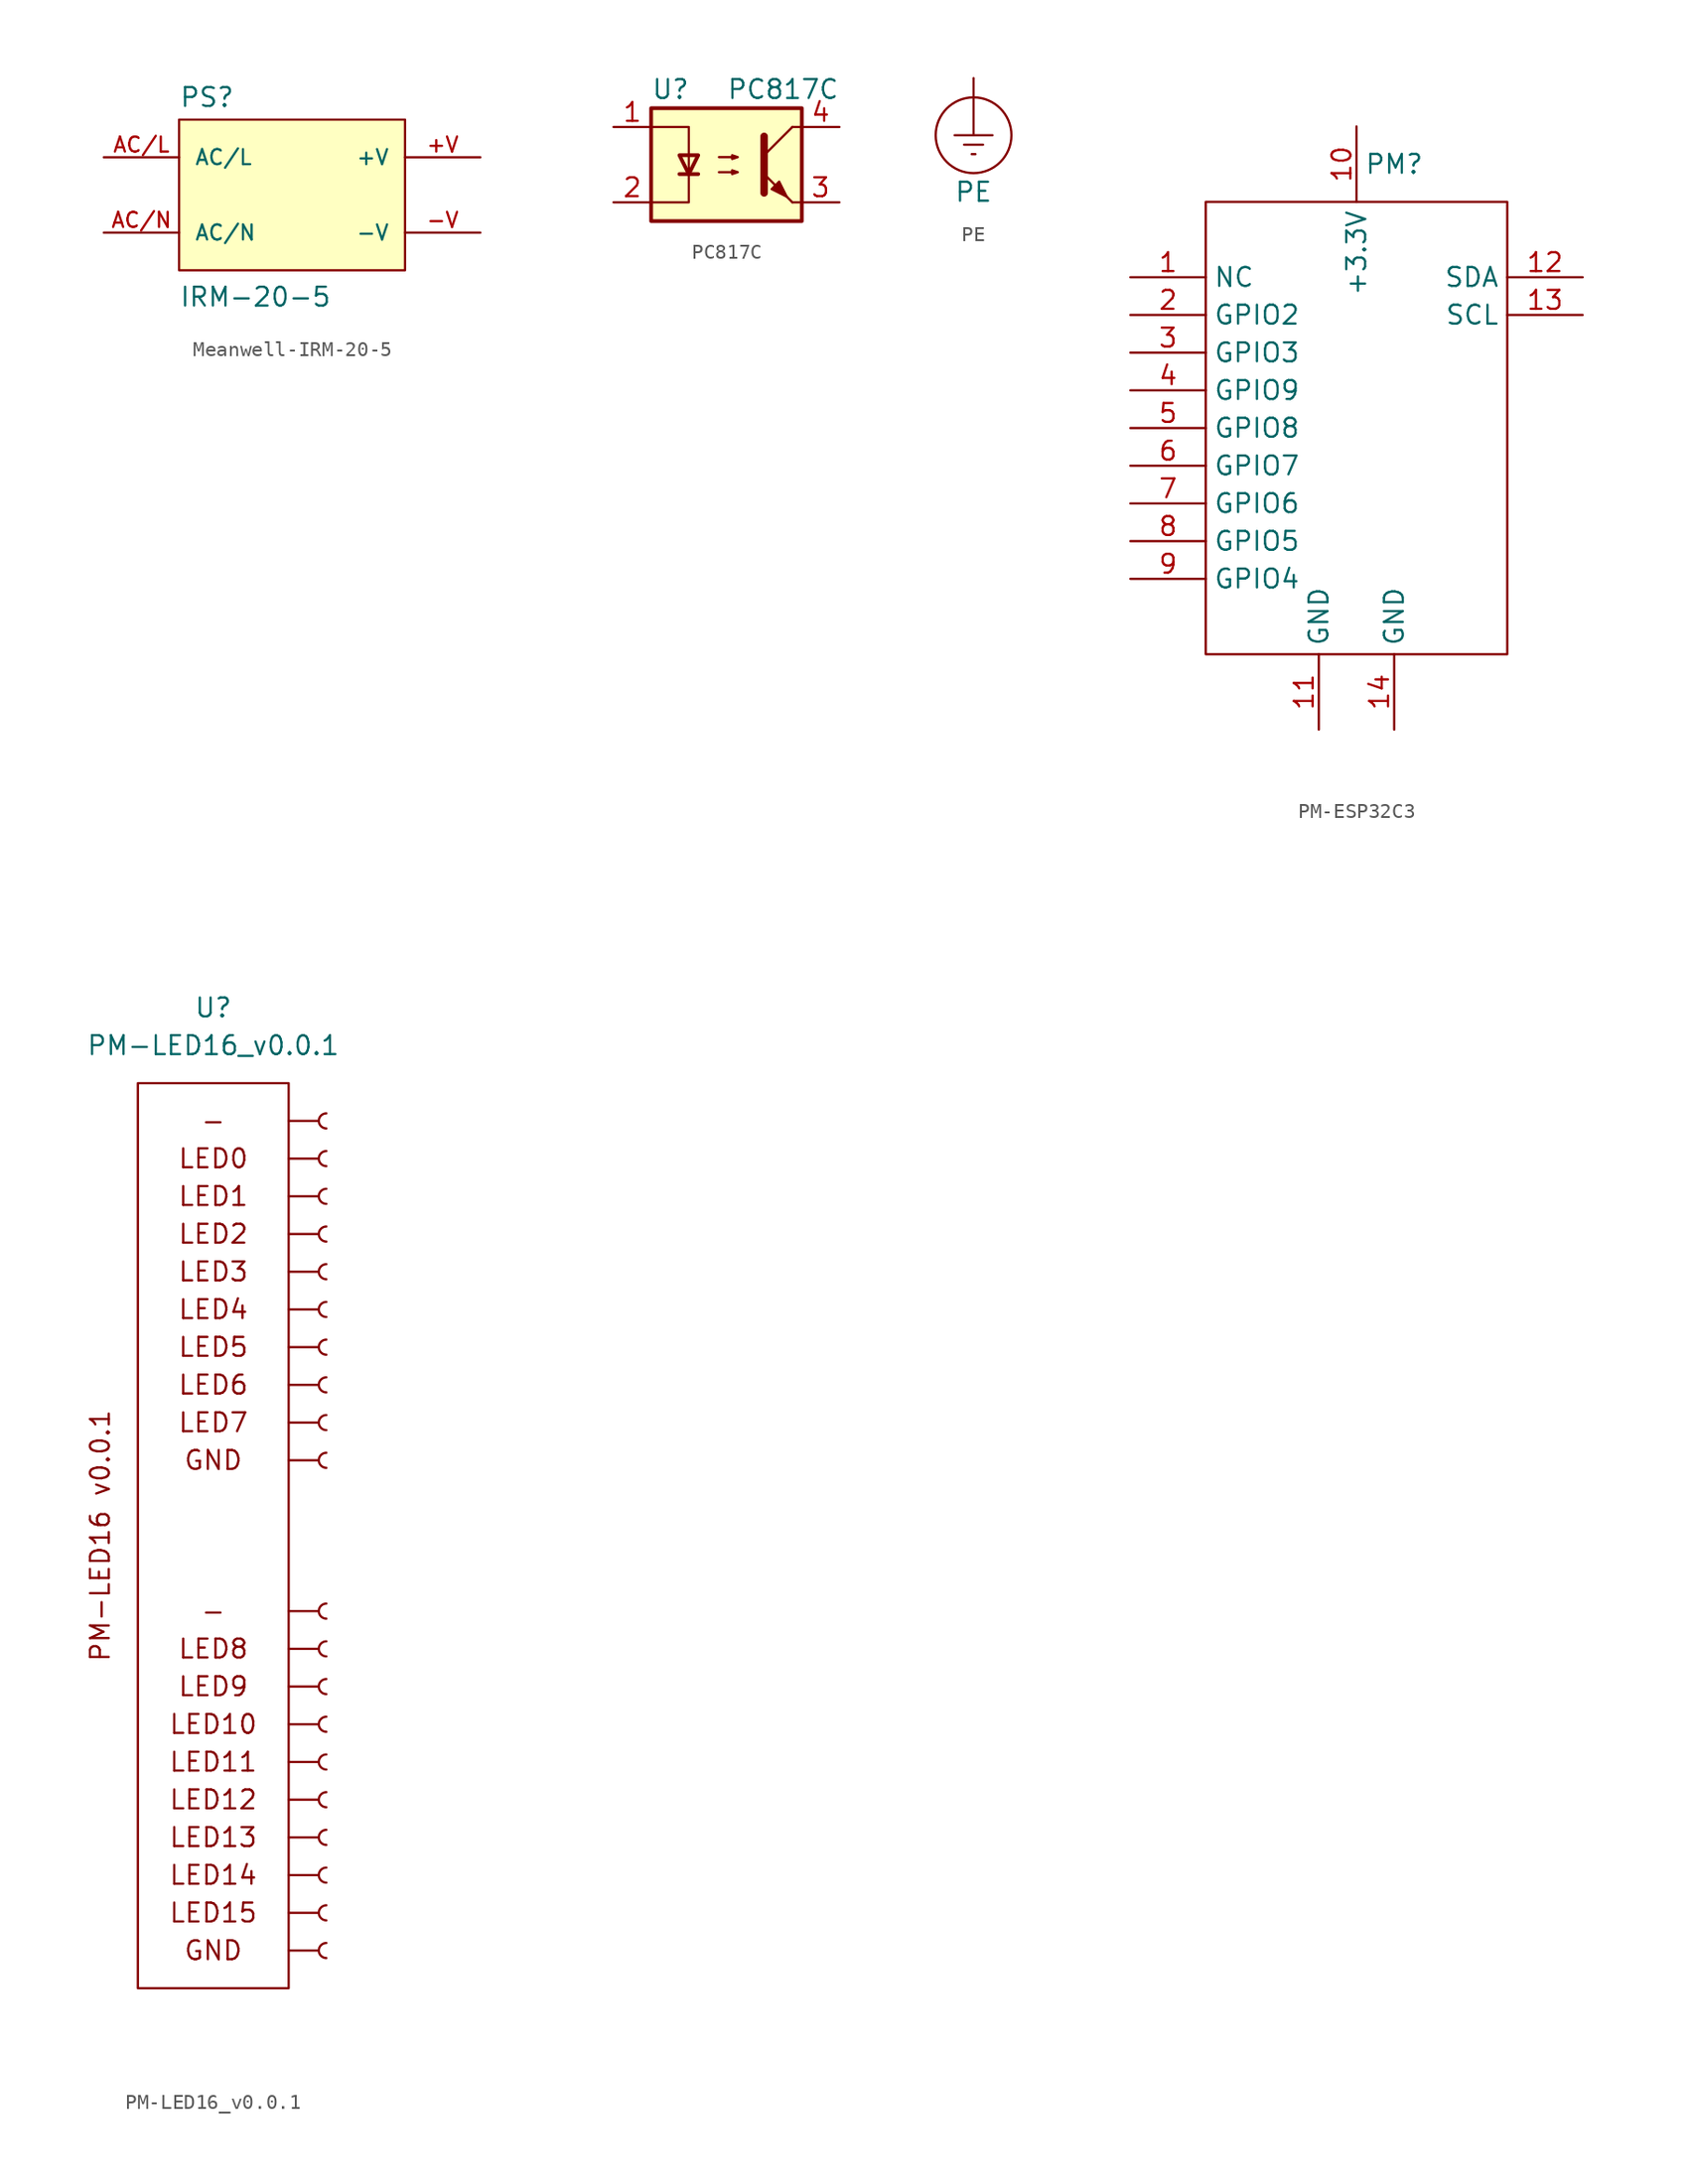
<source format=kicad_sym>
(kicad_symbol_lib
  (version 20231120)
  (generator "kicad_symbol_editor")
  (generator_version "8.0")
  (symbol "Meanwell-IRM-20-5"
    (pin_names
      (offset 1.016))
    (property "Reference" "PS"
      (at -7.62 5.842 0)
      (effects (font (size 1.27 1.27)) (justify left bottom)))
    (property "Value" "IRM-20-5"
      (at -7.62 -7.62 0)
      (effects (font (size 1.27 1.27)) (justify left bottom)))
    (symbol "Meanwell-IRM-20-5_0_0"
      (rectangle (start -7.62 5.08) (end 7.62 -5.08) (stroke (width 0.152) (type default)) (fill (type background)))
      (pin output line (at 12.7 2.54 180) (length 5.08) (name "+V" (effects (font (size 1.016 1.016)))) (number "+V" (effects (font (size 1.016 1.016)))))
      (pin output line (at 12.7 -2.54 180) (length 5.08) (name "-V" (effects (font (size 1.016 1.016)))) (number "-V" (effects (font (size 1.016 1.016)))))
      (pin input line (at -12.7 2.54 0) (length 5.08) (name "AC/L" (effects (font (size 1.016 1.016)))) (number "AC/L" (effects (font (size 1.016 1.016)))))
      (pin input line (at -12.7 -2.54 0) (length 5.08) (name "AC/N" (effects (font (size 1.016 1.016)))) (number "AC/N" (effects (font (size 1.016 1.016)))))))
  (symbol "PC817C"
    (pin_names
      (offset 1.016))
    (property "Reference" "U"
      (at -5.08 5.08 0)
      (effects (font (size 1.27 1.27)) (justify left)))
    (property "Value" "PC817C"
      (at 0 5.08 0)
      (effects (font (size 1.27 1.27)) (justify left)))
    (symbol "PC817C_0_1"
      (rectangle (start -5.08 3.81) (end 5.08 -3.81) (stroke (width 0.254) (type default)) (fill (type background)))
      (polyline (pts (xy -3.175 -0.635) (xy -1.905 -0.635)) (stroke (width 0.254) (type default)) (fill (type none)))
      (polyline (pts (xy 2.54 0.635) (xy 4.445 2.54)) (stroke (width 0) (type default)) (fill (type none)))
      (polyline (pts (xy 4.445 -2.54) (xy 2.54 -0.635)) (stroke (width 0) (type default)) (fill (type outline)))
      (polyline (pts (xy 4.445 -2.54) (xy 5.08 -2.54)) (stroke (width 0) (type default)) (fill (type none)))
      (polyline (pts (xy 4.445 2.54) (xy 5.08 2.54)) (stroke (width 0) (type default)) (fill (type none)))
      (polyline (pts (xy -5.08 2.54) (xy -2.54 2.54) (xy -2.54 -0.635)) (stroke (width 0) (type default)) (fill (type none)))
      (polyline (pts (xy -2.54 -0.635) (xy -2.54 -2.54) (xy -5.08 -2.54)) (stroke (width 0) (type default)) (fill (type none)))
      (polyline (pts (xy 2.54 1.905) (xy 2.54 -1.905) (xy 2.54 -1.905)) (stroke (width 0.508) (type default)) (fill (type none)))
      (polyline (pts (xy -2.54 -0.635) (xy -3.175 0.635) (xy -1.905 0.635) (xy -2.54 -0.635)) (stroke (width 0.254) (type default)) (fill (type none)))
      (polyline (pts (xy -0.508 -0.508) (xy 0.762 -0.508) (xy 0.381 -0.635) (xy 0.381 -0.381) (xy 0.762 -0.508)) (stroke (width 0) (type default)) (fill (type none)))
      (polyline (pts (xy -0.508 0.508) (xy 0.762 0.508) (xy 0.381 0.381) (xy 0.381 0.635) (xy 0.762 0.508)) (stroke (width 0) (type default)) (fill (type none)))
      (polyline (pts (xy 3.048 -1.651) (xy 3.556 -1.143) (xy 4.064 -2.159) (xy 3.048 -1.651) (xy 3.048 -1.651)) (stroke (width 0) (type default)) (fill (type outline))))
    (symbol "PC817C_1_1"
      (pin passive line (at -7.62 2.54 0) (length 2.54) (name "~" (effects (font (size 1.27 1.27)))) (number "1" (effects (font (size 1.27 1.27)))))
      (pin passive line (at -7.62 -2.54 0) (length 2.54) (name "~" (effects (font (size 1.27 1.27)))) (number "2" (effects (font (size 1.27 1.27)))))
      (pin passive line (at 7.62 -2.54 180) (length 2.54) (name "~" (effects (font (size 1.27 1.27)))) (number "3" (effects (font (size 1.27 1.27)))))
      (pin passive line (at 7.62 2.54 180) (length 2.54) (name "~" (effects (font (size 1.27 1.27)))) (number "4" (effects (font (size 1.27 1.27)))))))
  (symbol "PE"
    (pin_numbers hide)
    (pin_names
      (offset 0) hide)
    (property "Reference" "PE"
      (at 0 -10.16 0)
      (effects (font (size 1.27 1.27)) (hide yes)))
    (property "Value" "PE"
      (at 0 -7.62 0)
      (effects (font (size 1.27 1.27))))
    (symbol "PE_0_1"
      (circle (center 0 -3.81) (radius 2.54) (stroke (width 0) (type default)) (fill (type none)))
      (polyline (pts (xy -0.635 -4.445) (xy 0.635 -4.445)) (stroke (width 0) (type default)) (fill (type none)))
      (polyline (pts (xy -0.127 -5.08) (xy 0.127 -5.08)) (stroke (width 0) (type default)) (fill (type none)))
      (polyline (pts (xy 0 -3.81) (xy 0 0)) (stroke (width 0) (type default)) (fill (type none)))
      (polyline (pts (xy 1.27 -3.81) (xy -1.27 -3.81)) (stroke (width 0) (type default)) (fill (type none))))
    (symbol "PE_1_1"
      (pin power_in line (at 0 0 270) (length 0) (name "~" (effects (font (size 1.27 1.27)))) (number "1" (effects (font (size 1.27 1.27)))))))
  (symbol "PM-ESP32C3"
    (property "Reference" "PM"
      (at 2.54 2.54 0)
      (effects (font (size 1.27 1.27))))
    (property "Value" ""
      (at 0 2.54 0)
      (effects (font (size 1.27 1.27))))
    (symbol "PM-ESP32C3_0_1"
      (rectangle (start -10.16 0) (end 10.16 -30.48) (stroke (width 0) (type default)) (fill (type none))))
    (symbol "PM-ESP32C3_1_1"
      (pin input line (at -15.24 -5.08 0) (length 5.08) (name "NC" (effects (font (size 1.27 1.27)))) (number "1" (effects (font (size 1.27 1.27)))))
      (pin input line (at 0 5.08 270) (length 5.08) (name "+3.3V" (effects (font (size 1.27 1.27)))) (number "10" (effects (font (size 1.27 1.27)))))
      (pin input line (at -2.54 -35.56 90) (length 5.08) (name "GND" (effects (font (size 1.27 1.27)))) (number "11" (effects (font (size 1.27 1.27)))))
      (pin input line (at 15.24 -5.08 180) (length 5.08) (name "SDA" (effects (font (size 1.27 1.27)))) (number "12" (effects (font (size 1.27 1.27)))))
      (pin input line (at 15.24 -7.62 180) (length 5.08) (name "SCL" (effects (font (size 1.27 1.27)))) (number "13" (effects (font (size 1.27 1.27)))))
      (pin input line (at 2.54 -35.56 90) (length 5.08) (name "GND" (effects (font (size 1.27 1.27)))) (number "14" (effects (font (size 1.27 1.27)))))
      (pin input line (at -15.24 -7.62 0) (length 5.08) (name "GPIO2" (effects (font (size 1.27 1.27)))) (number "2" (effects (font (size 1.27 1.27)))))
      (pin input line (at -15.24 -10.16 0) (length 5.08) (name "GPIO3" (effects (font (size 1.27 1.27)))) (number "3" (effects (font (size 1.27 1.27)))))
      (pin input line (at -15.24 -12.7 0) (length 5.08) (name "GPIO9" (effects (font (size 1.27 1.27)))) (number "4" (effects (font (size 1.27 1.27)))))
      (pin input line (at -15.24 -15.24 0) (length 5.08) (name "GPIO8" (effects (font (size 1.27 1.27)))) (number "5" (effects (font (size 1.27 1.27)))))
      (pin input line (at -15.24 -17.78 0) (length 5.08) (name "GPIO7" (effects (font (size 1.27 1.27)))) (number "6" (effects (font (size 1.27 1.27)))))
      (pin input line (at -15.24 -20.32 0) (length 5.08) (name "GPIO6" (effects (font (size 1.27 1.27)))) (number "7" (effects (font (size 1.27 1.27)))))
      (pin input line (at -15.24 -22.86 0) (length 5.08) (name "GPIO5" (effects (font (size 1.27 1.27)))) (number "8" (effects (font (size 1.27 1.27)))))
      (pin input line (at -15.24 -25.4 0) (length 5.08) (name "GPIO4" (effects (font (size 1.27 1.27)))) (number "9" (effects (font (size 1.27 1.27)))))))
  (symbol "PM-LED16_v0.0.1"
    (property "Reference" "U"
      (at 0 2.54 0)
      (effects (font (size 1.27 1.27))))
    (property "Value" "PM-LED16_v0.0.1"
      (at 0 0 0)
      (effects (font (size 1.27 1.27))))
    (symbol "PM-LED16_v0.0.1_0_1"
      (rectangle (start -5.08 -2.54) (end 5.08 -63.5) (stroke (width 0) (type default)) (fill (type none))))
    (symbol "PM-LED16_v0.0.1_1_1"
      (polyline (pts (xy 5.08 -60.96) (xy 7.11 -60.96)) (stroke (width 0.152) (type default)) (fill (type none)))
      (polyline (pts (xy 5.08 -58.42) (xy 7.11 -58.42)) (stroke (width 0.152) (type default)) (fill (type none)))
      (polyline (pts (xy 5.08 -55.88) (xy 7.11 -55.88)) (stroke (width 0.152) (type default)) (fill (type none)))
      (polyline (pts (xy 5.08 -53.34) (xy 7.11 -53.34)) (stroke (width 0.152) (type default)) (fill (type none)))
      (polyline (pts (xy 5.08 -50.8) (xy 7.11 -50.8)) (stroke (width 0.152) (type default)) (fill (type none)))
      (polyline (pts (xy 5.08 -48.26) (xy 7.11 -48.26)) (stroke (width 0.152) (type default)) (fill (type none)))
      (polyline (pts (xy 5.08 -45.72) (xy 7.11 -45.72)) (stroke (width 0.152) (type default)) (fill (type none)))
      (polyline (pts (xy 5.08 -43.18) (xy 7.11 -43.18)) (stroke (width 0.152) (type default)) (fill (type none)))
      (polyline (pts (xy 5.08 -40.64) (xy 7.11 -40.64)) (stroke (width 0.152) (type default)) (fill (type none)))
      (polyline (pts (xy 5.08 -38.1) (xy 7.11 -38.1)) (stroke (width 0.152) (type default)) (fill (type none)))
      (polyline (pts (xy 5.08 -27.94) (xy 7.11 -27.94)) (stroke (width 0.152) (type default)) (fill (type none)))
      (polyline (pts (xy 5.08 -25.4) (xy 7.11 -25.4)) (stroke (width 0.152) (type default)) (fill (type none)))
      (polyline (pts (xy 5.08 -22.86) (xy 7.11 -22.86)) (stroke (width 0.152) (type default)) (fill (type none)))
      (polyline (pts (xy 5.08 -20.32) (xy 7.11 -20.32)) (stroke (width 0.152) (type default)) (fill (type none)))
      (polyline (pts (xy 5.08 -17.78) (xy 7.11 -17.78)) (stroke (width 0.152) (type default)) (fill (type none)))
      (polyline (pts (xy 5.08 -15.24) (xy 7.11 -15.24)) (stroke (width 0.152) (type default)) (fill (type none)))
      (polyline (pts (xy 5.08 -12.7) (xy 7.11 -12.7)) (stroke (width 0.152) (type default)) (fill (type none)))
      (polyline (pts (xy 5.08 -10.16) (xy 7.11 -10.16)) (stroke (width 0.152) (type default)) (fill (type none)))
      (polyline (pts (xy 5.08 -7.62) (xy 7.11 -7.62)) (stroke (width 0.152) (type default)) (fill (type none)))
      (polyline (pts (xy 5.08 -5.08) (xy 7.11 -5.08)) (stroke (width 0.152) (type default)) (fill (type none)))
      (arc (start 7.6178 -60.452) (mid 7.112 -60.96) (end 7.6178 -61.468) (stroke (width 0.1524) (type default)) (fill (type none)))
      (arc (start 7.6178 -57.912) (mid 7.112 -58.42) (end 7.6178 -58.928) (stroke (width 0.1524) (type default)) (fill (type none)))
      (arc (start 7.6178 -55.372) (mid 7.112 -55.88) (end 7.6178 -56.388) (stroke (width 0.1524) (type default)) (fill (type none)))
      (arc (start 7.6178 -52.832) (mid 7.112 -53.34) (end 7.6178 -53.848) (stroke (width 0.1524) (type default)) (fill (type none)))
      (arc (start 7.6178 -50.292) (mid 7.112 -50.8) (end 7.6178 -51.308) (stroke (width 0.1524) (type default)) (fill (type none)))
      (arc (start 7.6178 -47.752) (mid 7.112 -48.26) (end 7.6178 -48.768) (stroke (width 0.1524) (type default)) (fill (type none)))
      (arc (start 7.6178 -45.212) (mid 7.112 -45.72) (end 7.6178 -46.228) (stroke (width 0.1524) (type default)) (fill (type none)))
      (arc (start 7.6178 -42.672) (mid 7.112 -43.18) (end 7.6178 -43.688) (stroke (width 0.1524) (type default)) (fill (type none)))
      (arc (start 7.6178 -40.132) (mid 7.112 -40.64) (end 7.6178 -41.148) (stroke (width 0.1524) (type default)) (fill (type none)))
      (arc (start 7.6178 -37.592) (mid 7.112 -38.1) (end 7.6178 -38.608) (stroke (width 0.1524) (type default)) (fill (type none)))
      (arc (start 7.6178 -27.432) (mid 7.112 -27.94) (end 7.6178 -28.448) (stroke (width 0.1524) (type default)) (fill (type none)))
      (arc (start 7.6178 -24.892) (mid 7.112 -25.4) (end 7.6178 -25.908) (stroke (width 0.1524) (type default)) (fill (type none)))
      (arc (start 7.6178 -22.352) (mid 7.112 -22.86) (end 7.6178 -23.368) (stroke (width 0.1524) (type default)) (fill (type none)))
      (arc (start 7.6178 -19.812) (mid 7.112 -20.32) (end 7.6178 -20.828) (stroke (width 0.1524) (type default)) (fill (type none)))
      (arc (start 7.6178 -17.272) (mid 7.112 -17.78) (end 7.6178 -18.288) (stroke (width 0.1524) (type default)) (fill (type none)))
      (arc (start 7.6178 -14.732) (mid 7.112 -15.24) (end 7.6178 -15.748) (stroke (width 0.1524) (type default)) (fill (type none)))
      (arc (start 7.6178 -12.192) (mid 7.112 -12.7) (end 7.6178 -13.208) (stroke (width 0.1524) (type default)) (fill (type none)))
      (arc (start 7.6178 -9.652) (mid 7.112 -10.16) (end 7.6178 -10.668) (stroke (width 0.1524) (type default)) (fill (type none)))
      (arc (start 7.6178 -7.112) (mid 7.112 -7.62) (end 7.6178 -8.128) (stroke (width 0.1524) (type default)) (fill (type none)))
      (arc (start 7.6178 -4.572) (mid 7.112 -5.08) (end 7.6178 -5.588) (stroke (width 0.1524) (type default)) (fill (type none)))
      (text "-" (at 0 -38.1 0) (effects (font (size 1.27 1.27))))
      (text "-" (at 0 -5.08 0) (effects (font (size 1.27 1.27))))
      (text "GND" (at 0 -60.96 0) (effects (font (size 1.27 1.27))))
      (text "GND" (at 0 -27.94 0) (effects (font (size 1.27 1.27))))
      (text "LED0" (at 0 -7.62 0) (effects (font (size 1.27 1.27))))
      (text "LED1" (at 0 -10.16 0) (effects (font (size 1.27 1.27))))
      (text "LED10" (at 0 -45.72 0) (effects (font (size 1.27 1.27))))
      (text "LED11" (at 0 -48.26 0) (effects (font (size 1.27 1.27))))
      (text "LED12" (at 0 -50.8 0) (effects (font (size 1.27 1.27))))
      (text "LED13" (at 0 -53.34 0) (effects (font (size 1.27 1.27))))
      (text "LED14" (at 0 -55.88 0) (effects (font (size 1.27 1.27))))
      (text "LED15" (at 0 -58.42 0) (effects (font (size 1.27 1.27))))
      (text "LED2" (at 0 -12.7 0) (effects (font (size 1.27 1.27))))
      (text "LED3" (at 0 -15.24 0) (effects (font (size 1.27 1.27))))
      (text "LED4" (at 0 -17.78 0) (effects (font (size 1.27 1.27))))
      (text "LED5" (at 0 -20.32 0) (effects (font (size 1.27 1.27))))
      (text "LED6" (at 0 -22.86 0) (effects (font (size 1.27 1.27))))
      (text "LED7" (at 0 -25.4 0) (effects (font (size 1.27 1.27))))
      (text "LED8" (at 0 -40.64 0) (effects (font (size 1.27 1.27))))
      (text "LED9" (at 0 -43.18 0) (effects (font (size 1.27 1.27))))
      (text "PM-LED16 v0.0.1" (at -7.62 -33.02 900) (effects (font (size 1.27 1.27)))))))
</source>
